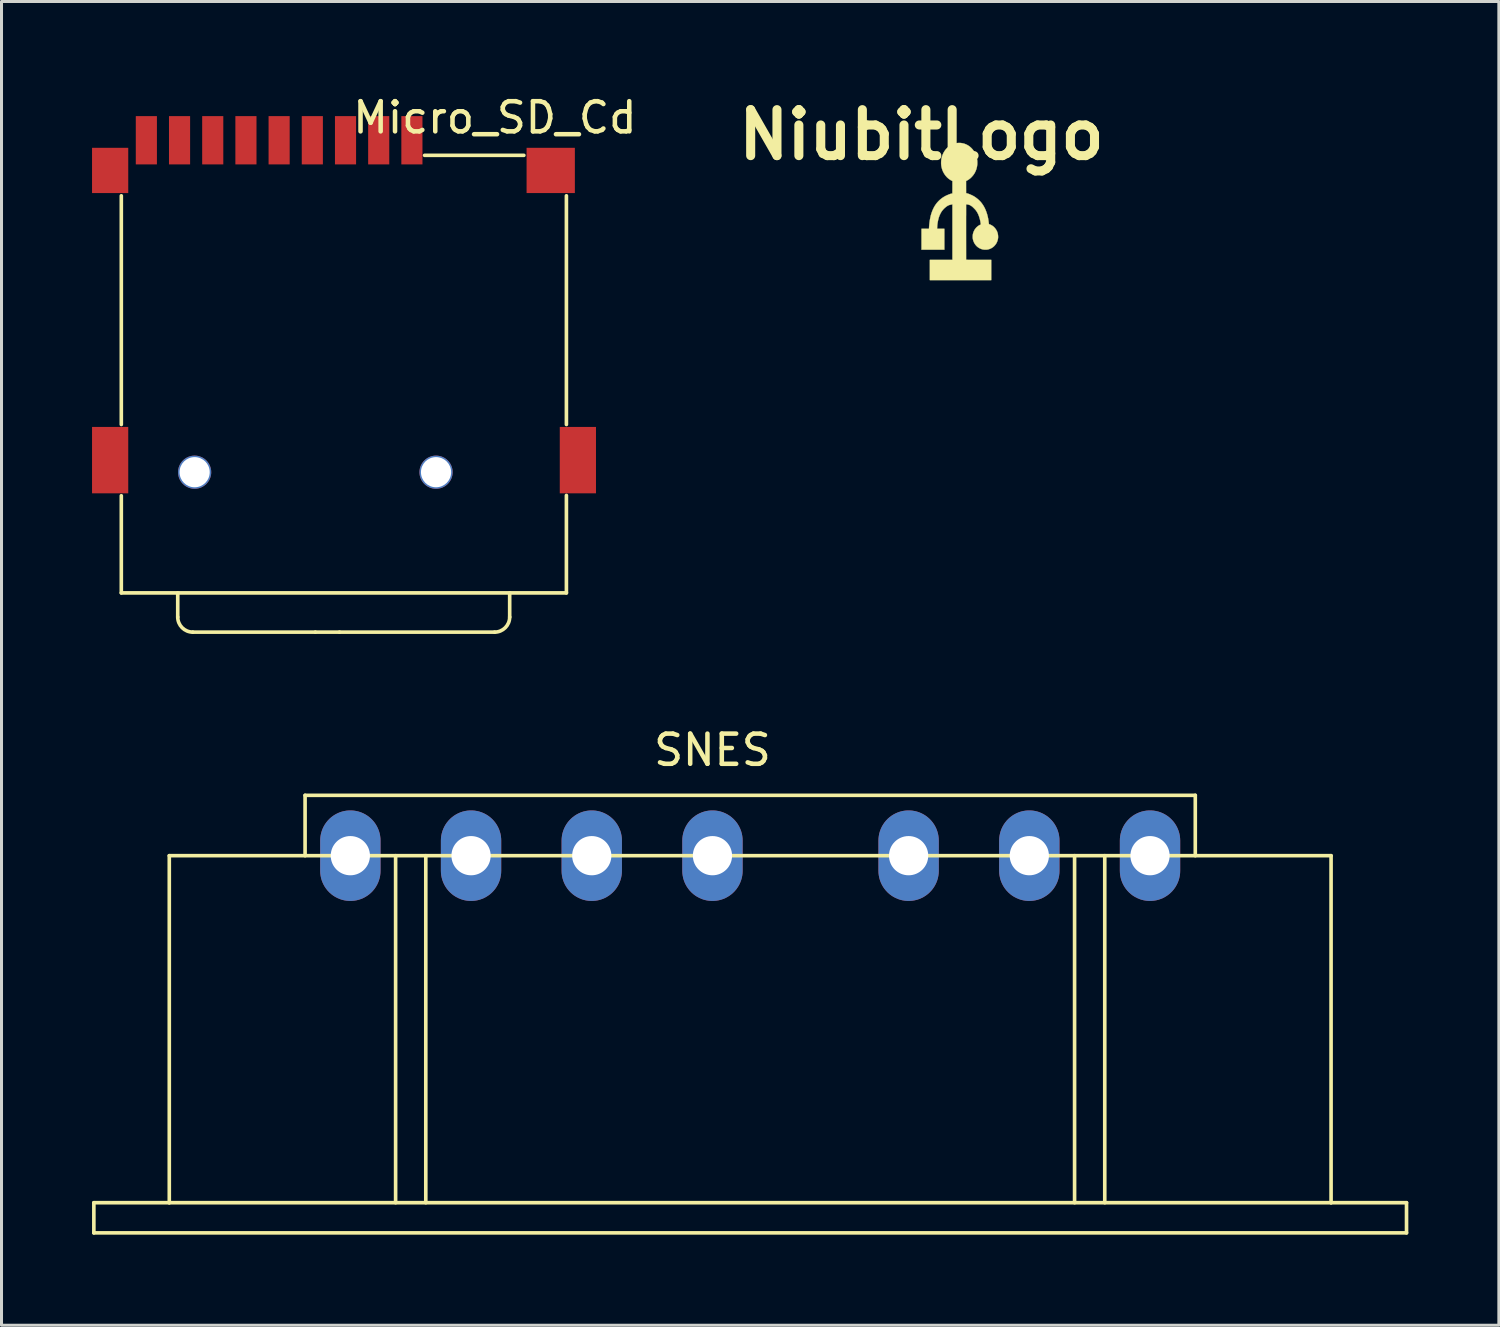
<source format=kicad_pcb>
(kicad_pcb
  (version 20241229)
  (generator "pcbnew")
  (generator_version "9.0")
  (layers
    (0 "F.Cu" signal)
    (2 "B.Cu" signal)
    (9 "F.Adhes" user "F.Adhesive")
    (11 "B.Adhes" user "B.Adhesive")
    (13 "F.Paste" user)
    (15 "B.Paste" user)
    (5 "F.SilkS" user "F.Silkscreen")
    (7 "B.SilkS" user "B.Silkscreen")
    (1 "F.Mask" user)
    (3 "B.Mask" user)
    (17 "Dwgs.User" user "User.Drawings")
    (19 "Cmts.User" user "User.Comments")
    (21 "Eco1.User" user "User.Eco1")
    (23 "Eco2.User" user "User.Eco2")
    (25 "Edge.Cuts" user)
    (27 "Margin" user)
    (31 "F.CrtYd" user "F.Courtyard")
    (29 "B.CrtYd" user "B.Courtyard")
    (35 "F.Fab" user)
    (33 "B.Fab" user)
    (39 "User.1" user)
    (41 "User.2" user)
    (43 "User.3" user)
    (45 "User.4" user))
  (footprint "SNES"
    (layer "F.Cu")
    (at 8.56 25.306)
    (property "Reference" "SNES" (at 12 -3.5 0) (layer "F.SilkS") (effects (font (size 1 1) (thickness 0.15))))
    (attr through_hole)
    (fp_line (start -8.5 11.5) (end -8.5 12.5) (stroke (width 0.12) (type solid)) (layer "F.SilkS"))
    (fp_line (start -8.5 12.5) (end 35 12.5) (stroke (width 0.12) (type solid)) (layer "F.SilkS"))
    (fp_line (start -6 0) (end -6 11.5) (stroke (width 0.12) (type solid)) (layer "F.SilkS"))
    (fp_line (start -6 11.5) (end -8.5 11.5) (stroke (width 0.12) (type solid)) (layer "F.SilkS"))
    (fp_line (start -6 11.5) (end 32.5 11.5) (stroke (width 0.12) (type solid)) (layer "F.SilkS"))
    (fp_line (start -1.5 -2) (end 28 -2) (stroke (width 0.12) (type solid)) (layer "F.SilkS"))
    (fp_line (start -1.5 0) (end -1.5 -2) (stroke (width 0.12) (type solid)) (layer "F.SilkS"))
    (fp_line (start 1.5 0) (end 1.5 11.5) (stroke (width 0.12) (type solid)) (layer "F.SilkS"))
    (fp_line (start 2.5 11.5) (end 2.5 0) (stroke (width 0.12) (type solid)) (layer "F.SilkS"))
    (fp_line (start 24 0) (end 24 11.5) (stroke (width 0.12) (type solid)) (layer "F.SilkS"))
    (fp_line (start 25 0) (end 25 11.5) (stroke (width 0.12) (type solid)) (layer "F.SilkS"))
    (fp_line (start 28 -2) (end 28 0) (stroke (width 0.12) (type solid)) (layer "F.SilkS"))
    (fp_line (start 32.5 0) (end -6 0) (stroke (width 0.12) (type solid)) (layer "F.SilkS"))
    (fp_line (start 32.5 11.5) (end 32.5 0) (stroke (width 0.12) (type solid)) (layer "F.SilkS"))
    (fp_line (start 35 11.5) (end 32.5 11.5) (stroke (width 0.12) (type solid)) (layer "F.SilkS"))
    (fp_line (start 35 12.5) (end 35 11.5) (stroke (width 0.12) (type solid)) (layer "F.SilkS"))
    (pad "1" thru_hole oval (at 0 0) (size 2 3) (drill 1.3) (layers "*.Cu" "*.Mask"))
    (pad "2" thru_hole oval (at 4 0) (size 2 3) (drill 1.3) (layers "*.Cu" "*.Mask"))
    (pad "3" thru_hole oval (at 8 0) (size 2 3) (drill 1.3) (layers "*.Cu" "*.Mask"))
    (pad "4" thru_hole oval (at 12 0) (size 2 3) (drill 1.3) (layers "*.Cu" "*.Mask"))
    (pad "5" thru_hole oval (at 18.5 0) (size 2 3) (drill 1.3) (layers "*.Cu" "*.Mask"))
    (pad "6" thru_hole oval (at 22.5 0) (size 2 3) (drill 1.3) (layers "*.Cu" "*.Mask"))
    (pad "7" thru_hole oval (at 26.5 0) (size 2 3) (drill 1.3) (layers "*.Cu" "*.Mask")))
  (footprint "Micro_SD_Cd"
    (layer "F.Cu")
    (at 10.6 1.598)
    (property "Reference" "Micro_SD_Cd" (at 2.75 -0.75 0) (layer "F.SilkS") (effects (font (size 1 1) (thickness 0.15))))
    (attr through_hole)
    (fp_line (start -9.63 9.42) (end -9.63 1.84) (stroke (width 0.12) (type solid)) (layer "F.SilkS"))
    (fp_line (start -9.63 15) (end -9.63 11.78) (stroke (width 0.12) (type solid)) (layer "F.SilkS"))
    (fp_line (start -7.76 15.8) (end -7.76 15) (stroke (width 0.12) (type solid)) (layer "F.SilkS"))
    (fp_line (start -3.2 16.3) (end -7.26 16.3) (stroke (width 0.12) (type solid)) (layer "F.SilkS"))
    (fp_line (start -3.2 16.3) (end -2.4 16.3) (stroke (width 0.12) (type solid)) (layer "F.SilkS"))
    (fp_line (start -2.4 16.3) (end 2.74 16.3) (stroke (width 0.12) (type solid)) (layer "F.SilkS"))
    (fp_line (start 0.42 0.5) (end 3.71 0.5) (stroke (width 0.12) (type solid)) (layer "F.SilkS"))
    (fp_line (start 3.24 15.8) (end 3.24 15) (stroke (width 0.12) (type solid)) (layer "F.SilkS"))
    (fp_line (start 5.12 1.84) (end 5.12 9.42) (stroke (width 0.12) (type solid)) (layer "F.SilkS"))
    (fp_line (start 5.12 11.77) (end 5.12 15) (stroke (width 0.12) (type solid)) (layer "F.SilkS"))
    (fp_line (start 5.12 15) (end -9.63 15) (stroke (width 0.12) (type solid)) (layer "F.SilkS"))
    (fp_arc (start -7.26 16.3) (mid -7.613553 16.153553) (end -7.76 15.8) (stroke (width 0.12) (type solid)) (layer "F.SilkS"))
    (fp_arc (start 3.24 15.8) (mid 3.093553 16.153553) (end 2.74 16.3) (stroke (width 0.12) (type solid)) (layer "F.SilkS"))
    (pad "1" smd rect (at 0 0) (size 0.7 1.6) (layers "F.Cu" "F.Mask" "F.Paste"))
    (pad "2" smd rect (at -1.1 0) (size 0.7 1.6) (layers "F.Cu" "F.Mask" "F.Paste"))
    (pad "3" smd rect (at -2.2 0) (size 0.7 1.6) (layers "F.Cu" "F.Mask" "F.Paste"))
    (pad "4" smd rect (at -3.3 0) (size 0.7 1.6) (layers "F.Cu" "F.Mask" "F.Paste"))
    (pad "5" smd rect (at -4.4 0) (size 0.7 1.6) (layers "F.Cu" "F.Mask" "F.Paste"))
    (pad "6" smd rect (at -5.5 0) (size 0.7 1.6) (layers "F.Cu" "F.Mask" "F.Paste"))
    (pad "7" smd rect (at -6.6 0) (size 0.7 1.6) (layers "F.Cu" "F.Mask" "F.Paste"))
    (pad "8" smd rect (at -7.7 0) (size 0.7 1.6) (layers "F.Cu" "F.Mask" "F.Paste"))
    (pad "9" smd rect (at -8.8 0) (size 0.7 1.6) (layers "F.Cu" "F.Mask" "F.Paste"))
    (pad "10" smd rect (at -10 1) (size 1.2 1.5) (layers "F.Cu" "F.Mask" "F.Paste"))
    (pad "10" smd rect (at -10 10.6) (size 1.2 2.2) (layers "F.Cu" "F.Mask" "F.Paste"))
    (pad "10" smd rect (at 4.6 1) (size 1.6 1.5) (layers "F.Cu" "F.Mask" "F.Paste"))
    (pad "10" smd rect (at 5.5 10.6) (size 1.2 2.2) (layers "F.Cu" "F.Mask" "F.Paste"))
    (pad "11" thru_hole circle (at -7.2 11) (size 1.1 1.1) (drill 1) (layers "*.Cu" "*.Mask"))
    (pad "11" thru_hole circle (at 0.8 11) (size 1.1 1.1) (drill 1) (layers "*.Cu" "*.Mask")))
  (footprint "NiubitLogo"
    (layer "F.Cu")
    (at 28.757 3.958)
    (property "Reference" "NiubitLogo" (at -1.27 -2.54 0) (layer "F.SilkS") (effects (font (size 1.524 1.524) (thickness 0.3))))
    (attr through_hole)
    (fp_poly (pts (xy 0.023 -2.271) (xy 0.072 -2.264) (xy 0.122 -2.254) (xy 0.171 -2.238) (xy 0.219 -2.218) (xy 0.225 -2.215) (xy 0.261 -2.196) (xy 0.295 -2.175) (xy 0.327 -2.152) (xy 0.358 -2.125) (xy 0.386 -2.099) (xy 0.424 -2.057) (xy 0.458 -2.013) (xy 0.488 -1.967) (xy 0.514 -1.918) (xy 0.536 -1.866) (xy 0.554 -1.813) (xy 0.567 -1.757) (xy 0.576 -1.699) (xy 0.577 -1.689) (xy 0.579 -1.674) (xy 0.579 -1.655) (xy 0.58 -1.634) (xy 0.58 -1.612) (xy 0.58 -1.591) (xy 0.579 -1.571) (xy 0.578 -1.554) (xy 0.577 -1.546) (xy 0.569 -1.488) (xy 0.556 -1.432) (xy 0.539 -1.378) (xy 0.518 -1.326) (xy 0.493 -1.276) (xy 0.463 -1.229) (xy 0.43 -1.185) (xy 0.392 -1.143) (xy 0.385 -1.135) (xy 0.357 -1.108) (xy 0.329 -1.085) (xy 0.301 -1.064) (xy 0.272 -1.045) (xy 0.24 -1.027) (xy 0.233 -1.023) (xy 0.207 -1.01) (xy 0.207 -0.809) (xy 0.208 -0.608) (xy 0.227 -0.604) (xy 0.246 -0.599) (xy 0.268 -0.592) (xy 0.292 -0.584) (xy 0.319 -0.574) (xy 0.346 -0.562) (xy 0.374 -0.55) (xy 0.402 -0.537) (xy 0.429 -0.524) (xy 0.453 -0.511) (xy 0.471 -0.501) (xy 0.517 -0.471) (xy 0.563 -0.437) (xy 0.607 -0.401) (xy 0.649 -0.361) (xy 0.688 -0.321) (xy 0.713 -0.291) (xy 0.752 -0.238) (xy 0.788 -0.182) (xy 0.821 -0.122) (xy 0.851 -0.058) (xy 0.877 0.009) (xy 0.901 0.08) (xy 0.921 0.154) (xy 0.938 0.232) (xy 0.951 0.314) (xy 0.959 0.378) (xy 0.961 0.391) (xy 0.963 0.403) (xy 0.964 0.412) (xy 0.965 0.417) (xy 0.966 0.418) (xy 0.969 0.42) (xy 0.976 0.423) (xy 0.984 0.426) (xy 0.987 0.427) (xy 1.027 0.443) (xy 1.064 0.464) (xy 1.1 0.488) (xy 1.132 0.516) (xy 1.162 0.548) (xy 1.189 0.582) (xy 1.212 0.619) (xy 1.232 0.658) (xy 1.248 0.699) (xy 1.255 0.725) (xy 1.261 0.755) (xy 1.266 0.787) (xy 1.268 0.82) (xy 1.269 0.852) (xy 1.267 0.883) (xy 1.265 0.894) (xy 1.257 0.939) (xy 1.243 0.983) (xy 1.226 1.025) (xy 1.204 1.065) (xy 1.178 1.102) (xy 1.148 1.137) (xy 1.139 1.146) (xy 1.106 1.176) (xy 1.069 1.202) (xy 1.031 1.224) (xy 0.99 1.241) (xy 0.947 1.255) (xy 0.913 1.262) (xy 0.884 1.265) (xy 0.852 1.266) (xy 0.819 1.265) (xy 0.787 1.262) (xy 0.756 1.257) (xy 0.741 1.253) (xy 0.699 1.239) (xy 0.659 1.221) (xy 0.621 1.199) (xy 0.586 1.174) (xy 0.554 1.145) (xy 0.525 1.112) (xy 0.499 1.077) (xy 0.477 1.04) (xy 0.458 0.999) (xy 0.443 0.957) (xy 0.439 0.941) (xy 0.434 0.918) (xy 0.43 0.896) (xy 0.428 0.874) (xy 0.427 0.849) (xy 0.427 0.835) (xy 0.427 0.819) (xy 0.428 0.803) (xy 0.429 0.789) (xy 0.43 0.777) (xy 0.43 0.773) (xy 0.439 0.729) (xy 0.452 0.686) (xy 0.469 0.645) (xy 0.49 0.606) (xy 0.515 0.57) (xy 0.543 0.536) (xy 0.575 0.506) (xy 0.609 0.479) (xy 0.646 0.455) (xy 0.674 0.441) (xy 0.682 0.438) (xy 0.688 0.435) (xy 0.692 0.432) (xy 0.694 0.428) (xy 0.695 0.422) (xy 0.694 0.414) (xy 0.693 0.403) (xy 0.691 0.388) (xy 0.69 0.386) (xy 0.679 0.317) (xy 0.664 0.253) (xy 0.647 0.193) (xy 0.627 0.136) (xy 0.605 0.083) (xy 0.579 0.034) (xy 0.551 -0.011) (xy 0.532 -0.037) (xy 0.524 -0.047) (xy 0.513 -0.059) (xy 0.5 -0.074) (xy 0.486 -0.089) (xy 0.471 -0.104) (xy 0.456 -0.119) (xy 0.441 -0.134) (xy 0.428 -0.146) (xy 0.417 -0.156) (xy 0.41 -0.162) (xy 0.383 -0.182) (xy 0.356 -0.198) (xy 0.331 -0.212) (xy 0.306 -0.222) (xy 0.305 -0.222) (xy 0.297 -0.224) (xy 0.286 -0.227) (xy 0.274 -0.229) (xy 0.26 -0.232) (xy 0.247 -0.234) (xy 0.234 -0.235) (xy 0.223 -0.236) (xy 0.215 -0.237) (xy 0.21 -0.237) (xy 0.209 -0.236) (xy 0.209 -0.234) (xy 0.209 -0.227) (xy 0.208 -0.215) (xy 0.208 -0.199) (xy 0.208 -0.179) (xy 0.208 -0.155) (xy 0.208 -0.127) (xy 0.208 -0.095) (xy 0.208 -0.06) (xy 0.208 -0.022) (xy 0.208 0.02) (xy 0.208 0.064) (xy 0.208 0.112) (xy 0.207 0.162) (xy 0.207 0.214) (xy 0.207 0.269) (xy 0.207 0.326) (xy 0.207 0.385) (xy 0.207 0.446) (xy 0.207 0.508) (xy 0.207 0.572) (xy 0.207 0.638) (xy 0.207 0.684) (xy 0.208 1.603) (xy 0.625 1.604) (xy 1.041 1.604) (xy 1.041 2.275) (xy -0.993 2.275) (xy -0.993 1.604) (xy -0.245 1.604) (xy -0.245 -0.237) (xy -0.28 -0.231) (xy -0.302 -0.226) (xy -0.32 -0.222) (xy -0.335 -0.218) (xy -0.349 -0.214) (xy -0.362 -0.209) (xy -0.375 -0.203) (xy -0.378 -0.202) (xy -0.405 -0.188) (xy -0.431 -0.172) (xy -0.456 -0.153) (xy -0.482 -0.132) (xy -0.509 -0.108) (xy -0.533 -0.084) (xy -0.556 -0.059) (xy -0.577 -0.034) (xy -0.595 -0.01) (xy -0.612 0.015) (xy -0.628 0.042) (xy -0.644 0.073) (xy -0.648 0.081) (xy -0.672 0.133) (xy -0.693 0.19) (xy -0.71 0.25) (xy -0.725 0.314) (xy -0.737 0.381) (xy -0.746 0.452) (xy -0.751 0.526) (xy -0.752 0.539) (xy -0.754 0.575) (xy -0.512 0.575) (xy -0.512 1.265) (xy -1.27 1.265) (xy -1.27 0.575) (xy -1.147 0.575) (xy -1.119 0.575) (xy -1.094 0.575) (xy -1.074 0.575) (xy -1.058 0.574) (xy -1.045 0.574) (xy -1.036 0.574) (xy -1.029 0.573) (xy -1.025 0.573) (xy -1.024 0.572) (xy -1.023 0.572) (xy -1.023 0.569) (xy -1.022 0.561) (xy -1.021 0.551) (xy -1.02 0.537) (xy -1.019 0.522) (xy -1.019 0.512) (xy -1.012 0.43) (xy -1.003 0.352) (xy -0.992 0.278) (xy -0.979 0.208) (xy -0.964 0.141) (xy -0.946 0.078) (xy -0.926 0.018) (xy -0.913 -0.016) (xy -0.904 -0.038) (xy -0.893 -0.063) (xy -0.881 -0.089) (xy -0.869 -0.114) (xy -0.856 -0.138) (xy -0.845 -0.16) (xy -0.836 -0.175) (xy -0.8 -0.23) (xy -0.761 -0.282) (xy -0.718 -0.331) (xy -0.671 -0.377) (xy -0.622 -0.419) (xy -0.57 -0.457) (xy -0.515 -0.492) (xy -0.457 -0.523) (xy -0.438 -0.532) (xy -0.407 -0.545) (xy -0.377 -0.558) (xy -0.349 -0.569) (xy -0.322 -0.578) (xy -0.299 -0.586) (xy -0.278 -0.591) (xy -0.27 -0.593) (xy -0.26 -0.595) (xy -0.253 -0.596) (xy -0.248 -0.598) (xy -0.248 -0.598) (xy -0.247 -0.6) (xy -0.247 -0.608) (xy -0.247 -0.619) (xy -0.246 -0.634) (xy -0.246 -0.654) (xy -0.246 -0.676) (xy -0.246 -0.702) (xy -0.245 -0.731) (xy -0.245 -0.762) (xy -0.245 -0.796) (xy -0.245 -0.804) (xy -0.245 -1.01) (xy -0.261 -1.017) (xy -0.29 -1.032) (xy -0.32 -1.05) (xy -0.35 -1.071) (xy -0.38 -1.093) (xy -0.407 -1.117) (xy -0.432 -1.14) (xy -0.434 -1.143) (xy -0.471 -1.185) (xy -0.504 -1.23) (xy -0.534 -1.278) (xy -0.559 -1.328) (xy -0.58 -1.379) (xy -0.596 -1.432) (xy -0.609 -1.487) (xy -0.617 -1.543) (xy -0.62 -1.599) (xy -0.619 -1.657) (xy -0.614 -1.715) (xy -0.611 -1.737) (xy -0.599 -1.791) (xy -0.584 -1.844) (xy -0.564 -1.895) (xy -0.541 -1.944) (xy -0.514 -1.991) (xy -0.483 -2.035) (xy -0.449 -2.076) (xy -0.411 -2.114) (xy -0.371 -2.149) (xy -0.36 -2.158) (xy -0.316 -2.187) (xy -0.27 -2.213) (xy -0.223 -2.234) (xy -0.176 -2.25) (xy -0.127 -2.262) (xy -0.077 -2.269) (xy -0.027 -2.272) (xy 0.023 -2.271)) (stroke (width 0.01) (type solid)) (fill yes) (layer "F.SilkS")))
  (gr_rect
    (start -3 -3)
    (end 46.62 40.867)
    (stroke (width 0.1) (type default))
    (fill no)
    (layer "Edge.Cuts")))
</source>
